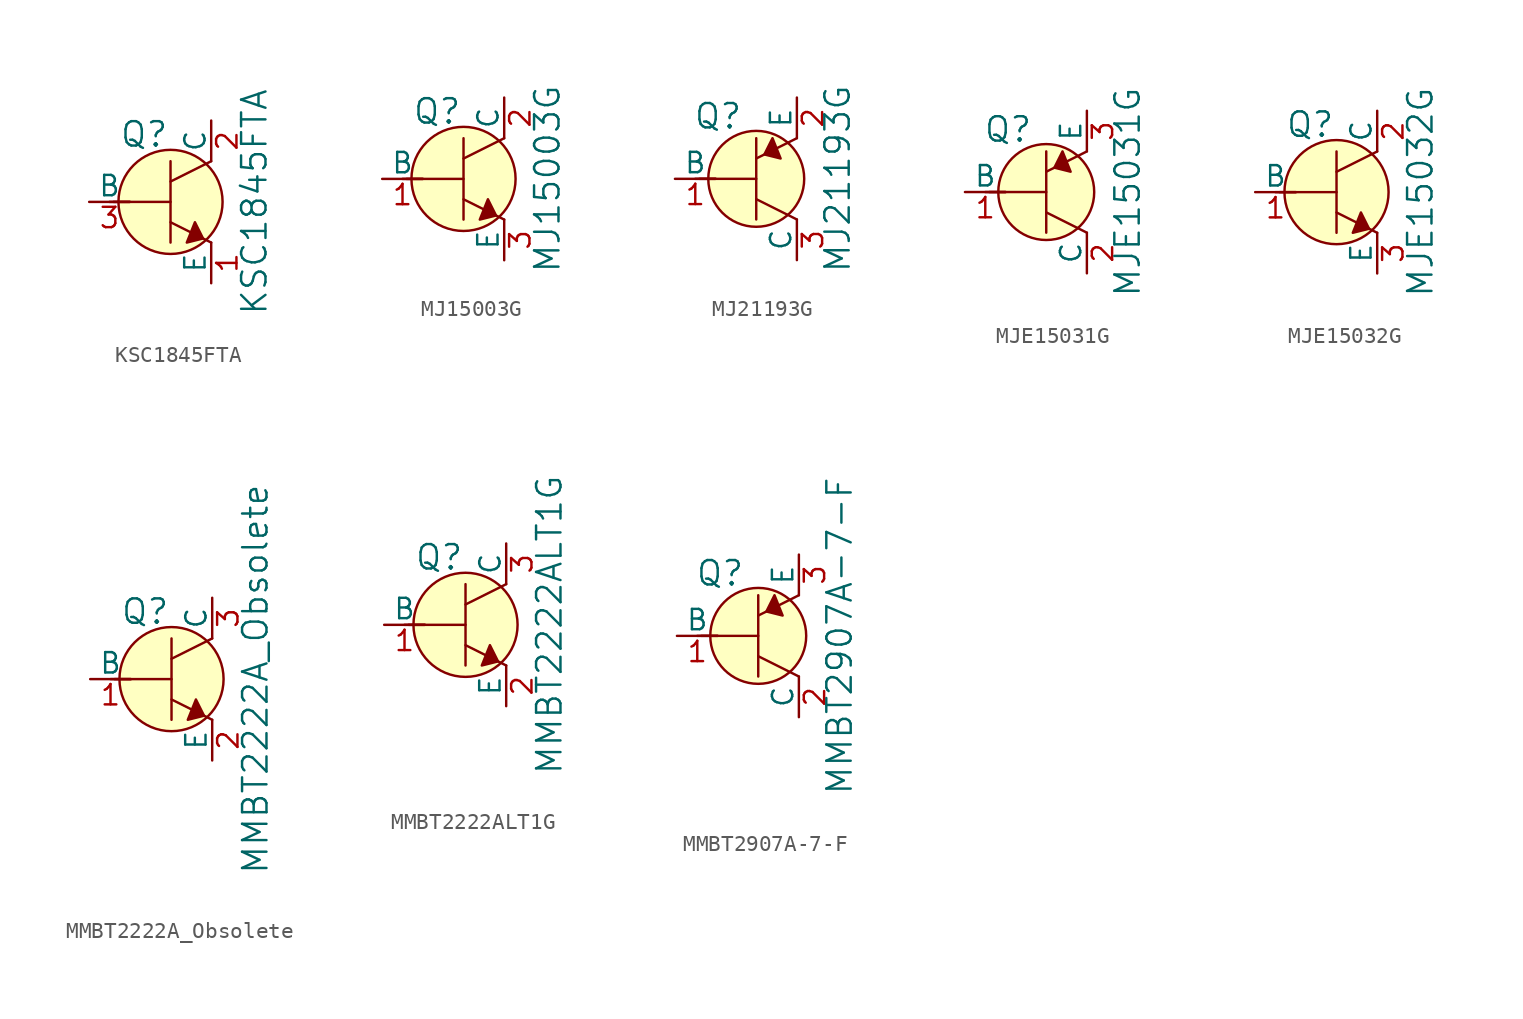
<source format=kicad_sym>
(kicad_symbol_lib
  (version 20211014)
  (generator kicad_symbol_editor)
  (symbol "KSC1845FTA"
    (pin_names
      (offset 0))
    (property "Reference" "Q"
      (at -3.2 4.216 0)
      (effects (font (size 1.524 1.524)) (justify left)))
    (property "Value" "KSC1845FTA"
      (at 5.232 0 90)
      (effects (font (size 1.524 1.524))))
    (symbol "KSC1845FTA_0_1"
      (polyline (pts (xy -3.81 0) (xy -2.54 0)) (stroke (width 0) (type default) (color 0 0 0 0)) (fill (type none)))
      (polyline (pts (xy -3.556 0) (xy 0 0)) (stroke (width 0) (type default) (color 0 0 0 0)) (fill (type none)))
      (polyline (pts (xy 0 -1.27) (xy 2.54 -2.54)) (stroke (width 0) (type default) (color 0 0 0 0)) (fill (type none)))
      (polyline (pts (xy 0 1.27) (xy 2.54 2.54)) (stroke (width 0) (type default) (color 0 0 0 0)) (fill (type none)))
      (polyline (pts (xy 0 2.54) (xy 0 -2.54)) (stroke (width 0) (type default) (color 0 0 0 0)) (fill (type none)))
      (polyline (pts (xy 1.524 -1.27) (xy 2.032 -2.286) (xy 1.016 -2.54) (xy 1.524 -1.27)) (stroke (width 0) (type default) (color 0 0 0 0)) (fill (type outline)))
      (circle (center 0 0) (radius 3.251) (stroke (width 0) (type default) (color 0 0 0 0)) (fill (type background))))
    (symbol "KSC1845FTA_1_1"
      (pin passive line (at 2.54 -5.08 90) (length 2.54) (name "E" (effects (font (size 1.27 1.27)))) (number "1" (effects (font (size 1.27 1.27)))))
      (pin passive line (at 2.54 5.08 270) (length 2.54) (name "C" (effects (font (size 1.27 1.27)))) (number "2" (effects (font (size 1.27 1.27)))))
      (pin input line (at -5.08 0 0) (length 2.54) (name "B" (effects (font (size 1.27 1.27)))) (number "3" (effects (font (size 1.27 1.27)))))))
  (symbol "MJ15003G"
    (pin_names
      (offset 0))
    (property "Reference" "Q"
      (at -3.2 4.216 0)
      (effects (font (size 1.524 1.524)) (justify left)))
    (property "Value" "MJ15003G"
      (at 5.232 0 90)
      (effects (font (size 1.524 1.524))))
    (symbol "MJ15003G_0_1"
      (polyline (pts (xy -3.81 0) (xy -2.54 0)) (stroke (width 0) (type default) (color 0 0 0 0)) (fill (type none)))
      (polyline (pts (xy -3.556 0) (xy 0 0)) (stroke (width 0) (type default) (color 0 0 0 0)) (fill (type none)))
      (polyline (pts (xy 0 -1.27) (xy 2.54 -2.54)) (stroke (width 0) (type default) (color 0 0 0 0)) (fill (type none)))
      (polyline (pts (xy 0 1.27) (xy 2.54 2.54)) (stroke (width 0) (type default) (color 0 0 0 0)) (fill (type none)))
      (polyline (pts (xy 0 2.54) (xy 0 -2.54)) (stroke (width 0) (type default) (color 0 0 0 0)) (fill (type none)))
      (polyline (pts (xy 1.524 -1.27) (xy 2.032 -2.286) (xy 1.016 -2.54) (xy 1.524 -1.27)) (stroke (width 0) (type default) (color 0 0 0 0)) (fill (type outline)))
      (circle (center 0 0) (radius 3.251) (stroke (width 0) (type default) (color 0 0 0 0)) (fill (type background))))
    (symbol "MJ15003G_1_1"
      (pin input line (at -5.08 0 0) (length 2.54) (name "B" (effects (font (size 1.27 1.27)))) (number "1" (effects (font (size 1.27 1.27)))))
      (pin passive line (at 2.54 5.08 270) (length 2.54) (name "C" (effects (font (size 1.27 1.27)))) (number "2" (effects (font (size 1.27 1.27)))))
      (pin passive line (at 2.54 -5.08 90) (length 2.54) (name "E" (effects (font (size 1.27 1.27)))) (number "3" (effects (font (size 1.27 1.27)))))))
  (symbol "MJ21193G"
    (pin_names
      (offset 0))
    (property "Reference" "Q"
      (at -2.388 3.912 0)
      (effects (font (size 1.524 1.524))))
    (property "Value" "MJ21193G"
      (at 5.08 0 90)
      (effects (font (size 1.524 1.524))))
    (symbol "MJ21193G_0_1"
      (polyline (pts (xy -3.81 0) (xy -2.54 0)) (stroke (width 0) (type default) (color 0 0 0 0)) (fill (type none)))
      (polyline (pts (xy -3.556 0) (xy 0 0)) (stroke (width 0) (type default) (color 0 0 0 0)) (fill (type none)))
      (polyline (pts (xy 0 -1.27) (xy 2.54 -2.54)) (stroke (width 0) (type default) (color 0 0 0 0)) (fill (type none)))
      (polyline (pts (xy 0 1.27) (xy 2.54 2.54)) (stroke (width 0) (type default) (color 0 0 0 0)) (fill (type none)))
      (polyline (pts (xy 0 2.54) (xy 0 -2.54)) (stroke (width 0) (type default) (color 0 0 0 0)) (fill (type none)))
      (polyline (pts (xy 1.016 2.54) (xy 0.508 1.524) (xy 1.524 1.27) (xy 1.016 2.54)) (stroke (width 0) (type default) (color 0 0 0 0)) (fill (type outline)))
      (circle (center 0 0) (radius 2.997) (stroke (width 0) (type default) (color 0 0 0 0)) (fill (type background))))
    (symbol "MJ21193G_1_1"
      (pin input line (at -5.08 0 0) (length 2.54) (name "B" (effects (font (size 1.27 1.27)))) (number "1" (effects (font (size 1.27 1.27)))))
      (pin passive line (at 2.54 5.08 270) (length 2.54) (name "E" (effects (font (size 1.27 1.27)))) (number "2" (effects (font (size 1.27 1.27)))))
      (pin passive line (at 2.54 -5.08 90) (length 2.54) (name "C" (effects (font (size 1.27 1.27)))) (number "3" (effects (font (size 1.27 1.27)))))))
  (symbol "MJE15031G"
    (pin_names
      (offset 0))
    (property "Reference" "Q"
      (at -2.388 3.912 0)
      (effects (font (size 1.524 1.524))))
    (property "Value" "MJE15031G"
      (at 5.08 0 90)
      (effects (font (size 1.524 1.524))))
    (symbol "MJE15031G_0_1"
      (polyline (pts (xy -3.81 0) (xy -2.54 0)) (stroke (width 0) (type default) (color 0 0 0 0)) (fill (type none)))
      (polyline (pts (xy -3.556 0) (xy 0 0)) (stroke (width 0) (type default) (color 0 0 0 0)) (fill (type none)))
      (polyline (pts (xy 0 -1.27) (xy 2.54 -2.54)) (stroke (width 0) (type default) (color 0 0 0 0)) (fill (type none)))
      (polyline (pts (xy 0 1.27) (xy 2.54 2.54)) (stroke (width 0) (type default) (color 0 0 0 0)) (fill (type none)))
      (polyline (pts (xy 0 2.54) (xy 0 -2.54)) (stroke (width 0) (type default) (color 0 0 0 0)) (fill (type none)))
      (polyline (pts (xy 1.016 2.54) (xy 0.508 1.524) (xy 1.524 1.27) (xy 1.016 2.54)) (stroke (width 0) (type default) (color 0 0 0 0)) (fill (type outline)))
      (circle (center 0 0) (radius 2.997) (stroke (width 0) (type default) (color 0 0 0 0)) (fill (type background))))
    (symbol "MJE15031G_1_1"
      (pin input line (at -5.08 0 0) (length 2.54) (name "B" (effects (font (size 1.27 1.27)))) (number "1" (effects (font (size 1.27 1.27)))))
      (pin passive line (at 2.54 -5.08 90) (length 2.54) (name "C" (effects (font (size 1.27 1.27)))) (number "2" (effects (font (size 1.27 1.27)))))
      (pin passive line (at 2.54 5.08 270) (length 2.54) (name "E" (effects (font (size 1.27 1.27)))) (number "3" (effects (font (size 1.27 1.27)))))))
  (symbol "MJE15032G"
    (pin_names
      (offset 0))
    (property "Reference" "Q"
      (at -3.2 4.216 0)
      (effects (font (size 1.524 1.524)) (justify left)))
    (property "Value" "MJE15032G"
      (at 5.232 0 90)
      (effects (font (size 1.524 1.524))))
    (symbol "MJE15032G_0_1"
      (polyline (pts (xy -3.81 0) (xy -2.54 0)) (stroke (width 0) (type default) (color 0 0 0 0)) (fill (type none)))
      (polyline (pts (xy -3.556 0) (xy 0 0)) (stroke (width 0) (type default) (color 0 0 0 0)) (fill (type none)))
      (polyline (pts (xy 0 -1.27) (xy 2.54 -2.54)) (stroke (width 0) (type default) (color 0 0 0 0)) (fill (type none)))
      (polyline (pts (xy 0 1.27) (xy 2.54 2.54)) (stroke (width 0) (type default) (color 0 0 0 0)) (fill (type none)))
      (polyline (pts (xy 0 2.54) (xy 0 -2.54)) (stroke (width 0) (type default) (color 0 0 0 0)) (fill (type none)))
      (polyline (pts (xy 1.524 -1.27) (xy 2.032 -2.286) (xy 1.016 -2.54) (xy 1.524 -1.27)) (stroke (width 0) (type default) (color 0 0 0 0)) (fill (type outline)))
      (circle (center 0 0) (radius 3.251) (stroke (width 0) (type default) (color 0 0 0 0)) (fill (type background))))
    (symbol "MJE15032G_1_1"
      (pin input line (at -5.08 0 0) (length 2.54) (name "B" (effects (font (size 1.27 1.27)))) (number "1" (effects (font (size 1.27 1.27)))))
      (pin passive line (at 2.54 5.08 270) (length 2.54) (name "C" (effects (font (size 1.27 1.27)))) (number "2" (effects (font (size 1.27 1.27)))))
      (pin passive line (at 2.54 -5.08 90) (length 2.54) (name "E" (effects (font (size 1.27 1.27)))) (number "3" (effects (font (size 1.27 1.27)))))))
  (symbol "MMBT2222A_Obsolete"
    (pin_names
      (offset 0))
    (property "Reference" "Q"
      (at -3.2 4.216 0)
      (effects (font (size 1.524 1.524)) (justify left)))
    (property "Value" "MMBT2222A_Obsolete"
      (at 5.232 0 90)
      (effects (font (size 1.524 1.524))))
    (symbol "MMBT2222A_Obsolete_0_1"
      (polyline (pts (xy -3.81 0) (xy -2.54 0)) (stroke (width 0) (type default) (color 0 0 0 0)) (fill (type none)))
      (polyline (pts (xy -3.556 0) (xy 0 0)) (stroke (width 0) (type default) (color 0 0 0 0)) (fill (type none)))
      (polyline (pts (xy 0 -1.27) (xy 2.54 -2.54)) (stroke (width 0) (type default) (color 0 0 0 0)) (fill (type none)))
      (polyline (pts (xy 0 1.27) (xy 2.54 2.54)) (stroke (width 0) (type default) (color 0 0 0 0)) (fill (type none)))
      (polyline (pts (xy 0 2.54) (xy 0 -2.54)) (stroke (width 0) (type default) (color 0 0 0 0)) (fill (type none)))
      (polyline (pts (xy 1.524 -1.27) (xy 2.032 -2.286) (xy 1.016 -2.54) (xy 1.524 -1.27)) (stroke (width 0) (type default) (color 0 0 0 0)) (fill (type outline)))
      (circle (center 0 0) (radius 3.251) (stroke (width 0) (type default) (color 0 0 0 0)) (fill (type background))))
    (symbol "MMBT2222A_Obsolete_1_1"
      (pin input line (at -5.08 0 0) (length 2.54) (name "B" (effects (font (size 1.27 1.27)))) (number "1" (effects (font (size 1.27 1.27)))))
      (pin passive line (at 2.54 -5.08 90) (length 2.54) (name "E" (effects (font (size 1.27 1.27)))) (number "2" (effects (font (size 1.27 1.27)))))
      (pin passive line (at 2.54 5.08 270) (length 2.54) (name "C" (effects (font (size 1.27 1.27)))) (number "3" (effects (font (size 1.27 1.27)))))))
  (symbol "MMBT2222ALT1G"
    (pin_names
      (offset 0))
    (property "Reference" "Q"
      (at -3.2 4.216 0)
      (effects (font (size 1.524 1.524)) (justify left)))
    (property "Value" "MMBT2222ALT1G"
      (at 5.232 0 90)
      (effects (font (size 1.524 1.524))))
    (symbol "MMBT2222ALT1G_0_1"
      (polyline (pts (xy -3.81 0) (xy -2.54 0)) (stroke (width 0) (type default) (color 0 0 0 0)) (fill (type none)))
      (polyline (pts (xy -3.556 0) (xy 0 0)) (stroke (width 0) (type default) (color 0 0 0 0)) (fill (type none)))
      (polyline (pts (xy 0 -1.27) (xy 2.54 -2.54)) (stroke (width 0) (type default) (color 0 0 0 0)) (fill (type none)))
      (polyline (pts (xy 0 1.27) (xy 2.54 2.54)) (stroke (width 0) (type default) (color 0 0 0 0)) (fill (type none)))
      (polyline (pts (xy 0 2.54) (xy 0 -2.54)) (stroke (width 0) (type default) (color 0 0 0 0)) (fill (type none)))
      (polyline (pts (xy 1.524 -1.27) (xy 2.032 -2.286) (xy 1.016 -2.54) (xy 1.524 -1.27)) (stroke (width 0) (type default) (color 0 0 0 0)) (fill (type outline)))
      (circle (center 0 0) (radius 3.251) (stroke (width 0) (type default) (color 0 0 0 0)) (fill (type background))))
    (symbol "MMBT2222ALT1G_1_1"
      (pin input line (at -5.08 0 0) (length 2.54) (name "B" (effects (font (size 1.27 1.27)))) (number "1" (effects (font (size 1.27 1.27)))))
      (pin passive line (at 2.54 -5.08 90) (length 2.54) (name "E" (effects (font (size 1.27 1.27)))) (number "2" (effects (font (size 1.27 1.27)))))
      (pin passive line (at 2.54 5.08 270) (length 2.54) (name "C" (effects (font (size 1.27 1.27)))) (number "3" (effects (font (size 1.27 1.27)))))))
  (symbol "MMBT2907A-7-F"
    (pin_names
      (offset 0))
    (property "Reference" "Q"
      (at -2.388 3.912 0)
      (effects (font (size 1.524 1.524))))
    (property "Value" "MMBT2907A-7-F"
      (at 5.08 0 90)
      (effects (font (size 1.524 1.524))))
    (symbol "MMBT2907A-7-F_0_1"
      (polyline (pts (xy -3.81 0) (xy -2.54 0)) (stroke (width 0) (type default) (color 0 0 0 0)) (fill (type none)))
      (polyline (pts (xy -3.556 0) (xy 0 0)) (stroke (width 0) (type default) (color 0 0 0 0)) (fill (type none)))
      (polyline (pts (xy 0 -1.27) (xy 2.54 -2.54)) (stroke (width 0) (type default) (color 0 0 0 0)) (fill (type none)))
      (polyline (pts (xy 0 1.27) (xy 2.54 2.54)) (stroke (width 0) (type default) (color 0 0 0 0)) (fill (type none)))
      (polyline (pts (xy 0 2.54) (xy 0 -2.54)) (stroke (width 0) (type default) (color 0 0 0 0)) (fill (type none)))
      (polyline (pts (xy 1.016 2.54) (xy 0.508 1.524) (xy 1.524 1.27) (xy 1.016 2.54)) (stroke (width 0) (type default) (color 0 0 0 0)) (fill (type outline)))
      (circle (center 0 0) (radius 2.997) (stroke (width 0) (type default) (color 0 0 0 0)) (fill (type background))))
    (symbol "MMBT2907A-7-F_1_1"
      (pin input line (at -5.08 0 0) (length 2.54) (name "B" (effects (font (size 1.27 1.27)))) (number "1" (effects (font (size 1.27 1.27)))))
      (pin passive line (at 2.54 -5.08 90) (length 2.54) (name "C" (effects (font (size 1.27 1.27)))) (number "2" (effects (font (size 1.27 1.27)))))
      (pin passive line (at 2.54 5.08 270) (length 2.54) (name "E" (effects (font (size 1.27 1.27)))) (number "3" (effects (font (size 1.27 1.27))))))))
</source>
